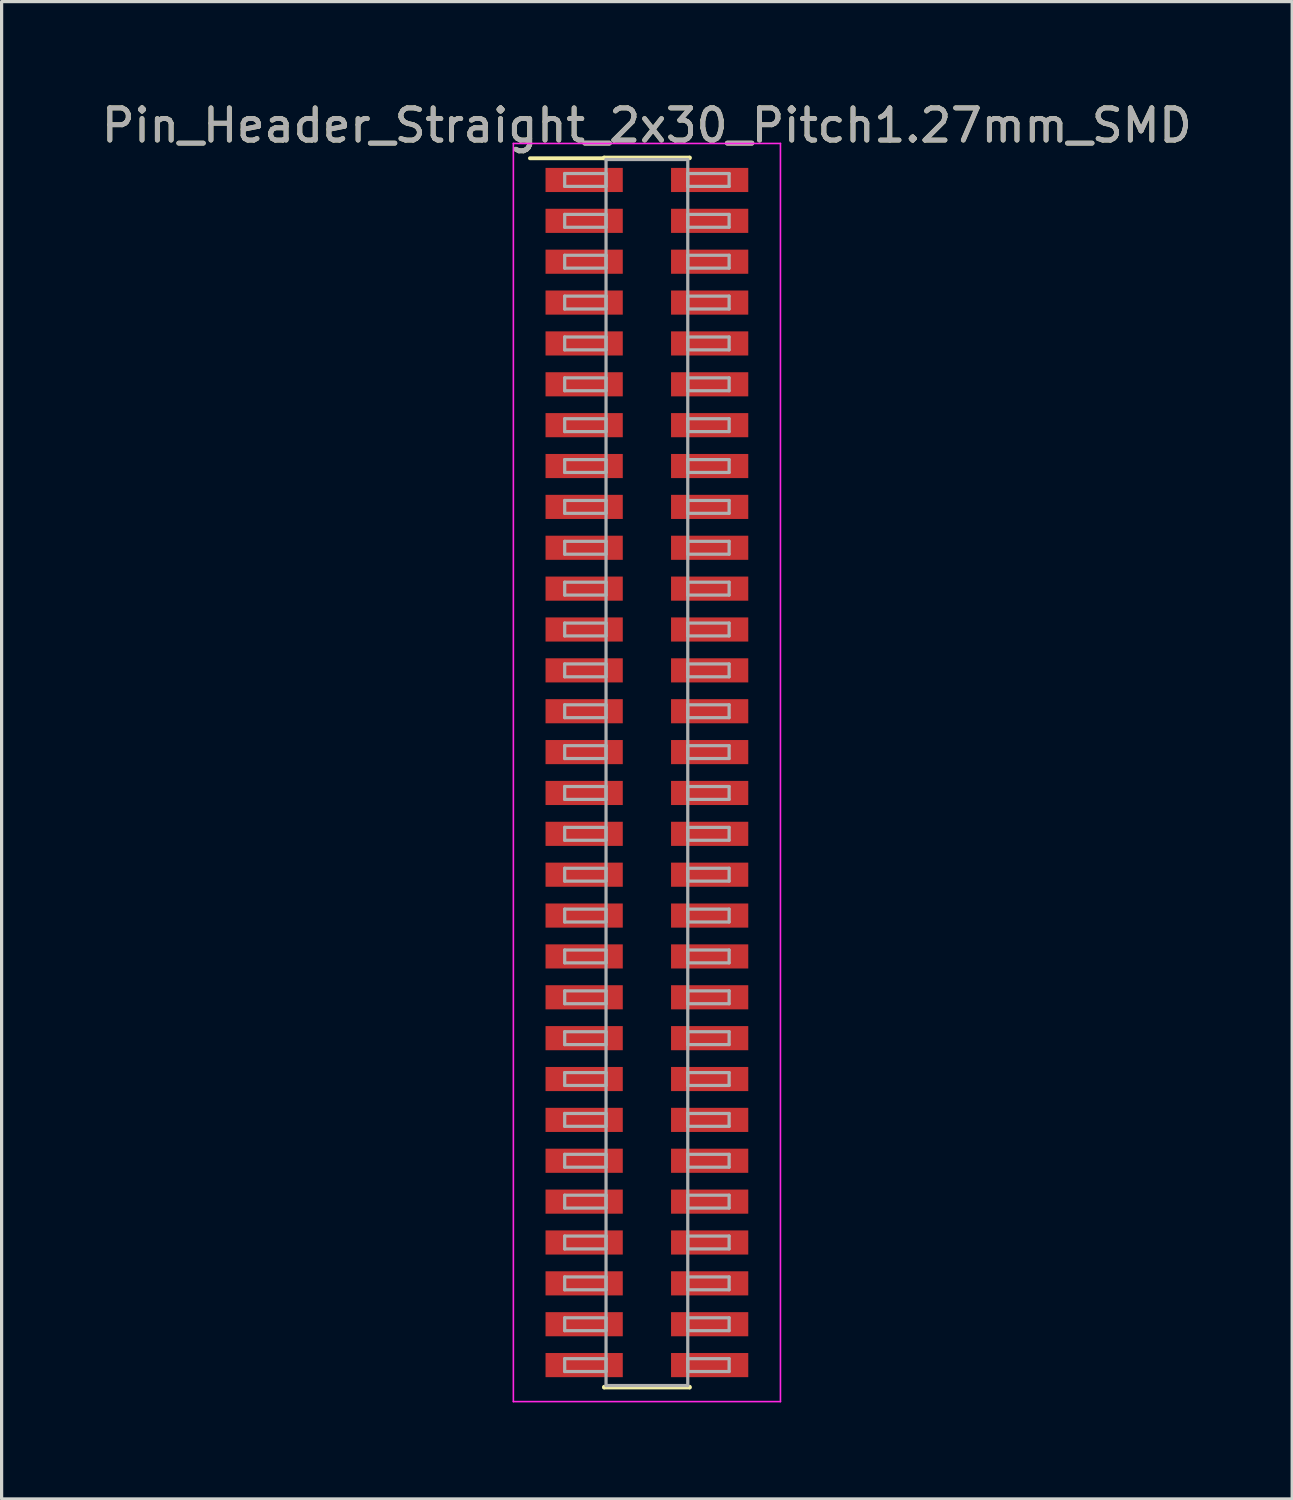
<source format=kicad_pcb>
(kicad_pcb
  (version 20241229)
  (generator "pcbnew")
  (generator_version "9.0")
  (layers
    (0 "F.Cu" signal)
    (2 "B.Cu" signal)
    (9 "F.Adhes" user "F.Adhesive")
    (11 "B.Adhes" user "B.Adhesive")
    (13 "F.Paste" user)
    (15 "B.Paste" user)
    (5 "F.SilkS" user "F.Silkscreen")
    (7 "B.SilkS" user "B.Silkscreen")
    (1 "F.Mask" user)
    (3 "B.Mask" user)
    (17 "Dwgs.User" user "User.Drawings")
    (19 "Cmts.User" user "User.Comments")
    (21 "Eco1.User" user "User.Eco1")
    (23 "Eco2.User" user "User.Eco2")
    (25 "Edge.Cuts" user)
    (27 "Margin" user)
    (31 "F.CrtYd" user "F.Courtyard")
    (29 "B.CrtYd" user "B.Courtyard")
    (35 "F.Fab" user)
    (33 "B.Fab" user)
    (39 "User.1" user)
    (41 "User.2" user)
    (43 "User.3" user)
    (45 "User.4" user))
  (footprint "Pin_Header_Straight_2x30_Pitch1.27mm_SMD"
    (layer "F.Cu")
    (at 17.054 20.958)
    (property "Reference" "Pin_Header_Straight_2x30_Pitch1.27mm_SMD" (at 0 -20.11 0) (layer "F.SilkS") (effects (font (size 1 1) (thickness 0.15))))
    (attr smd)
    (fp_line (start -3.635 -19.09) (end -1.33 -19.09) (stroke (width 0.12) (type solid)) (layer "F.SilkS"))
    (fp_line (start -1.33 -19.11) (end 1.33 -19.11) (stroke (width 0.12) (type solid)) (layer "F.SilkS"))
    (fp_line (start -1.33 -19.09) (end -1.33 -19.11) (stroke (width 0.12) (type solid)) (layer "F.SilkS"))
    (fp_line (start -1.33 19.09) (end -1.33 19.11) (stroke (width 0.12) (type solid)) (layer "F.SilkS"))
    (fp_line (start -1.33 19.11) (end 1.33 19.11) (stroke (width 0.12) (type solid)) (layer "F.SilkS"))
    (fp_line (start 1.33 -19.11) (end 1.33 -19.09) (stroke (width 0.12) (type solid)) (layer "F.SilkS"))
    (fp_line (start 1.33 19.11) (end 1.33 19.09) (stroke (width 0.12) (type solid)) (layer "F.SilkS"))
    (fp_line (start -4.15 -19.55) (end -4.15 19.55) (stroke (width 0.05) (type solid)) (layer "F.CrtYd"))
    (fp_line (start -4.15 19.55) (end 4.15 19.55) (stroke (width 0.05) (type solid)) (layer "F.CrtYd"))
    (fp_line (start 4.15 -19.55) (end -4.15 -19.55) (stroke (width 0.05) (type solid)) (layer "F.CrtYd"))
    (fp_line (start 4.15 19.55) (end 4.15 -19.55) (stroke (width 0.05) (type solid)) (layer "F.CrtYd"))
    (fp_line (start -2.555 -18.615) (end -1.27 -18.615) (stroke (width 0.1) (type solid)) (layer "F.Fab"))
    (fp_line (start -2.555 -18.215) (end -2.555 -18.615) (stroke (width 0.1) (type solid)) (layer "F.Fab"))
    (fp_line (start -2.555 -17.345) (end -1.27 -17.345) (stroke (width 0.1) (type solid)) (layer "F.Fab"))
    (fp_line (start -2.555 -16.945) (end -2.555 -17.345) (stroke (width 0.1) (type solid)) (layer "F.Fab"))
    (fp_line (start -2.555 -16.075) (end -1.27 -16.075) (stroke (width 0.1) (type solid)) (layer "F.Fab"))
    (fp_line (start -2.555 -15.675) (end -2.555 -16.075) (stroke (width 0.1) (type solid)) (layer "F.Fab"))
    (fp_line (start -2.555 -14.805) (end -1.27 -14.805) (stroke (width 0.1) (type solid)) (layer "F.Fab"))
    (fp_line (start -2.555 -14.405) (end -2.555 -14.805) (stroke (width 0.1) (type solid)) (layer "F.Fab"))
    (fp_line (start -2.555 -13.535) (end -1.27 -13.535) (stroke (width 0.1) (type solid)) (layer "F.Fab"))
    (fp_line (start -2.555 -13.135) (end -2.555 -13.535) (stroke (width 0.1) (type solid)) (layer "F.Fab"))
    (fp_line (start -2.555 -12.265) (end -1.27 -12.265) (stroke (width 0.1) (type solid)) (layer "F.Fab"))
    (fp_line (start -2.555 -11.865) (end -2.555 -12.265) (stroke (width 0.1) (type solid)) (layer "F.Fab"))
    (fp_line (start -2.555 -10.995) (end -1.27 -10.995) (stroke (width 0.1) (type solid)) (layer "F.Fab"))
    (fp_line (start -2.555 -10.595) (end -2.555 -10.995) (stroke (width 0.1) (type solid)) (layer "F.Fab"))
    (fp_line (start -2.555 -9.725) (end -1.27 -9.725) (stroke (width 0.1) (type solid)) (layer "F.Fab"))
    (fp_line (start -2.555 -9.325) (end -2.555 -9.725) (stroke (width 0.1) (type solid)) (layer "F.Fab"))
    (fp_line (start -2.555 -8.455) (end -1.27 -8.455) (stroke (width 0.1) (type solid)) (layer "F.Fab"))
    (fp_line (start -2.555 -8.055) (end -2.555 -8.455) (stroke (width 0.1) (type solid)) (layer "F.Fab"))
    (fp_line (start -2.555 -7.185) (end -1.27 -7.185) (stroke (width 0.1) (type solid)) (layer "F.Fab"))
    (fp_line (start -2.555 -6.785) (end -2.555 -7.185) (stroke (width 0.1) (type solid)) (layer "F.Fab"))
    (fp_line (start -2.555 -5.915) (end -1.27 -5.915) (stroke (width 0.1) (type solid)) (layer "F.Fab"))
    (fp_line (start -2.555 -5.515) (end -2.555 -5.915) (stroke (width 0.1) (type solid)) (layer "F.Fab"))
    (fp_line (start -2.555 -4.645) (end -1.27 -4.645) (stroke (width 0.1) (type solid)) (layer "F.Fab"))
    (fp_line (start -2.555 -4.245) (end -2.555 -4.645) (stroke (width 0.1) (type solid)) (layer "F.Fab"))
    (fp_line (start -2.555 -3.375) (end -1.27 -3.375) (stroke (width 0.1) (type solid)) (layer "F.Fab"))
    (fp_line (start -2.555 -2.975) (end -2.555 -3.375) (stroke (width 0.1) (type solid)) (layer "F.Fab"))
    (fp_line (start -2.555 -2.105) (end -1.27 -2.105) (stroke (width 0.1) (type solid)) (layer "F.Fab"))
    (fp_line (start -2.555 -1.705) (end -2.555 -2.105) (stroke (width 0.1) (type solid)) (layer "F.Fab"))
    (fp_line (start -2.555 -0.835) (end -1.27 -0.835) (stroke (width 0.1) (type solid)) (layer "F.Fab"))
    (fp_line (start -2.555 -0.435) (end -2.555 -0.835) (stroke (width 0.1) (type solid)) (layer "F.Fab"))
    (fp_line (start -2.555 0.435) (end -1.27 0.435) (stroke (width 0.1) (type solid)) (layer "F.Fab"))
    (fp_line (start -2.555 0.835) (end -2.555 0.435) (stroke (width 0.1) (type solid)) (layer "F.Fab"))
    (fp_line (start -2.555 1.705) (end -1.27 1.705) (stroke (width 0.1) (type solid)) (layer "F.Fab"))
    (fp_line (start -2.555 2.105) (end -2.555 1.705) (stroke (width 0.1) (type solid)) (layer "F.Fab"))
    (fp_line (start -2.555 2.975) (end -1.27 2.975) (stroke (width 0.1) (type solid)) (layer "F.Fab"))
    (fp_line (start -2.555 3.375) (end -2.555 2.975) (stroke (width 0.1) (type solid)) (layer "F.Fab"))
    (fp_line (start -2.555 4.245) (end -1.27 4.245) (stroke (width 0.1) (type solid)) (layer "F.Fab"))
    (fp_line (start -2.555 4.645) (end -2.555 4.245) (stroke (width 0.1) (type solid)) (layer "F.Fab"))
    (fp_line (start -2.555 5.515) (end -1.27 5.515) (stroke (width 0.1) (type solid)) (layer "F.Fab"))
    (fp_line (start -2.555 5.915) (end -2.555 5.515) (stroke (width 0.1) (type solid)) (layer "F.Fab"))
    (fp_line (start -2.555 6.785) (end -1.27 6.785) (stroke (width 0.1) (type solid)) (layer "F.Fab"))
    (fp_line (start -2.555 7.185) (end -2.555 6.785) (stroke (width 0.1) (type solid)) (layer "F.Fab"))
    (fp_line (start -2.555 8.055) (end -1.27 8.055) (stroke (width 0.1) (type solid)) (layer "F.Fab"))
    (fp_line (start -2.555 8.455) (end -2.555 8.055) (stroke (width 0.1) (type solid)) (layer "F.Fab"))
    (fp_line (start -2.555 9.325) (end -1.27 9.325) (stroke (width 0.1) (type solid)) (layer "F.Fab"))
    (fp_line (start -2.555 9.725) (end -2.555 9.325) (stroke (width 0.1) (type solid)) (layer "F.Fab"))
    (fp_line (start -2.555 10.595) (end -1.27 10.595) (stroke (width 0.1) (type solid)) (layer "F.Fab"))
    (fp_line (start -2.555 10.995) (end -2.555 10.595) (stroke (width 0.1) (type solid)) (layer "F.Fab"))
    (fp_line (start -2.555 11.865) (end -1.27 11.865) (stroke (width 0.1) (type solid)) (layer "F.Fab"))
    (fp_line (start -2.555 12.265) (end -2.555 11.865) (stroke (width 0.1) (type solid)) (layer "F.Fab"))
    (fp_line (start -2.555 13.135) (end -1.27 13.135) (stroke (width 0.1) (type solid)) (layer "F.Fab"))
    (fp_line (start -2.555 13.535) (end -2.555 13.135) (stroke (width 0.1) (type solid)) (layer "F.Fab"))
    (fp_line (start -2.555 14.405) (end -1.27 14.405) (stroke (width 0.1) (type solid)) (layer "F.Fab"))
    (fp_line (start -2.555 14.805) (end -2.555 14.405) (stroke (width 0.1) (type solid)) (layer "F.Fab"))
    (fp_line (start -2.555 15.675) (end -1.27 15.675) (stroke (width 0.1) (type solid)) (layer "F.Fab"))
    (fp_line (start -2.555 16.075) (end -2.555 15.675) (stroke (width 0.1) (type solid)) (layer "F.Fab"))
    (fp_line (start -2.555 16.945) (end -1.27 16.945) (stroke (width 0.1) (type solid)) (layer "F.Fab"))
    (fp_line (start -2.555 17.345) (end -2.555 16.945) (stroke (width 0.1) (type solid)) (layer "F.Fab"))
    (fp_line (start -2.555 18.215) (end -1.27 18.215) (stroke (width 0.1) (type solid)) (layer "F.Fab"))
    (fp_line (start -2.555 18.615) (end -2.555 18.215) (stroke (width 0.1) (type solid)) (layer "F.Fab"))
    (fp_line (start -1.27 -19.05) (end -1.27 19.05) (stroke (width 0.1) (type solid)) (layer "F.Fab"))
    (fp_line (start -1.27 -18.615) (end -1.27 -18.215) (stroke (width 0.1) (type solid)) (layer "F.Fab"))
    (fp_line (start -1.27 -18.215) (end -2.555 -18.215) (stroke (width 0.1) (type solid)) (layer "F.Fab"))
    (fp_line (start -1.27 -17.345) (end -1.27 -16.945) (stroke (width 0.1) (type solid)) (layer "F.Fab"))
    (fp_line (start -1.27 -16.945) (end -2.555 -16.945) (stroke (width 0.1) (type solid)) (layer "F.Fab"))
    (fp_line (start -1.27 -16.075) (end -1.27 -15.675) (stroke (width 0.1) (type solid)) (layer "F.Fab"))
    (fp_line (start -1.27 -15.675) (end -2.555 -15.675) (stroke (width 0.1) (type solid)) (layer "F.Fab"))
    (fp_line (start -1.27 -14.805) (end -1.27 -14.405) (stroke (width 0.1) (type solid)) (layer "F.Fab"))
    (fp_line (start -1.27 -14.405) (end -2.555 -14.405) (stroke (width 0.1) (type solid)) (layer "F.Fab"))
    (fp_line (start -1.27 -13.535) (end -1.27 -13.135) (stroke (width 0.1) (type solid)) (layer "F.Fab"))
    (fp_line (start -1.27 -13.135) (end -2.555 -13.135) (stroke (width 0.1) (type solid)) (layer "F.Fab"))
    (fp_line (start -1.27 -12.265) (end -1.27 -11.865) (stroke (width 0.1) (type solid)) (layer "F.Fab"))
    (fp_line (start -1.27 -11.865) (end -2.555 -11.865) (stroke (width 0.1) (type solid)) (layer "F.Fab"))
    (fp_line (start -1.27 -10.995) (end -1.27 -10.595) (stroke (width 0.1) (type solid)) (layer "F.Fab"))
    (fp_line (start -1.27 -10.595) (end -2.555 -10.595) (stroke (width 0.1) (type solid)) (layer "F.Fab"))
    (fp_line (start -1.27 -9.725) (end -1.27 -9.325) (stroke (width 0.1) (type solid)) (layer "F.Fab"))
    (fp_line (start -1.27 -9.325) (end -2.555 -9.325) (stroke (width 0.1) (type solid)) (layer "F.Fab"))
    (fp_line (start -1.27 -8.455) (end -1.27 -8.055) (stroke (width 0.1) (type solid)) (layer "F.Fab"))
    (fp_line (start -1.27 -8.055) (end -2.555 -8.055) (stroke (width 0.1) (type solid)) (layer "F.Fab"))
    (fp_line (start -1.27 -7.185) (end -1.27 -6.785) (stroke (width 0.1) (type solid)) (layer "F.Fab"))
    (fp_line (start -1.27 -6.785) (end -2.555 -6.785) (stroke (width 0.1) (type solid)) (layer "F.Fab"))
    (fp_line (start -1.27 -5.915) (end -1.27 -5.515) (stroke (width 0.1) (type solid)) (layer "F.Fab"))
    (fp_line (start -1.27 -5.515) (end -2.555 -5.515) (stroke (width 0.1) (type solid)) (layer "F.Fab"))
    (fp_line (start -1.27 -4.645) (end -1.27 -4.245) (stroke (width 0.1) (type solid)) (layer "F.Fab"))
    (fp_line (start -1.27 -4.245) (end -2.555 -4.245) (stroke (width 0.1) (type solid)) (layer "F.Fab"))
    (fp_line (start -1.27 -3.375) (end -1.27 -2.975) (stroke (width 0.1) (type solid)) (layer "F.Fab"))
    (fp_line (start -1.27 -2.975) (end -2.555 -2.975) (stroke (width 0.1) (type solid)) (layer "F.Fab"))
    (fp_line (start -1.27 -2.105) (end -1.27 -1.705) (stroke (width 0.1) (type solid)) (layer "F.Fab"))
    (fp_line (start -1.27 -1.705) (end -2.555 -1.705) (stroke (width 0.1) (type solid)) (layer "F.Fab"))
    (fp_line (start -1.27 -0.835) (end -1.27 -0.435) (stroke (width 0.1) (type solid)) (layer "F.Fab"))
    (fp_line (start -1.27 -0.435) (end -2.555 -0.435) (stroke (width 0.1) (type solid)) (layer "F.Fab"))
    (fp_line (start -1.27 0.435) (end -1.27 0.835) (stroke (width 0.1) (type solid)) (layer "F.Fab"))
    (fp_line (start -1.27 0.835) (end -2.555 0.835) (stroke (width 0.1) (type solid)) (layer "F.Fab"))
    (fp_line (start -1.27 1.705) (end -1.27 2.105) (stroke (width 0.1) (type solid)) (layer "F.Fab"))
    (fp_line (start -1.27 2.105) (end -2.555 2.105) (stroke (width 0.1) (type solid)) (layer "F.Fab"))
    (fp_line (start -1.27 2.975) (end -1.27 3.375) (stroke (width 0.1) (type solid)) (layer "F.Fab"))
    (fp_line (start -1.27 3.375) (end -2.555 3.375) (stroke (width 0.1) (type solid)) (layer "F.Fab"))
    (fp_line (start -1.27 4.245) (end -1.27 4.645) (stroke (width 0.1) (type solid)) (layer "F.Fab"))
    (fp_line (start -1.27 4.645) (end -2.555 4.645) (stroke (width 0.1) (type solid)) (layer "F.Fab"))
    (fp_line (start -1.27 5.515) (end -1.27 5.915) (stroke (width 0.1) (type solid)) (layer "F.Fab"))
    (fp_line (start -1.27 5.915) (end -2.555 5.915) (stroke (width 0.1) (type solid)) (layer "F.Fab"))
    (fp_line (start -1.27 6.785) (end -1.27 7.185) (stroke (width 0.1) (type solid)) (layer "F.Fab"))
    (fp_line (start -1.27 7.185) (end -2.555 7.185) (stroke (width 0.1) (type solid)) (layer "F.Fab"))
    (fp_line (start -1.27 8.055) (end -1.27 8.455) (stroke (width 0.1) (type solid)) (layer "F.Fab"))
    (fp_line (start -1.27 8.455) (end -2.555 8.455) (stroke (width 0.1) (type solid)) (layer "F.Fab"))
    (fp_line (start -1.27 9.325) (end -1.27 9.725) (stroke (width 0.1) (type solid)) (layer "F.Fab"))
    (fp_line (start -1.27 9.725) (end -2.555 9.725) (stroke (width 0.1) (type solid)) (layer "F.Fab"))
    (fp_line (start -1.27 10.595) (end -1.27 10.995) (stroke (width 0.1) (type solid)) (layer "F.Fab"))
    (fp_line (start -1.27 10.995) (end -2.555 10.995) (stroke (width 0.1) (type solid)) (layer "F.Fab"))
    (fp_line (start -1.27 11.865) (end -1.27 12.265) (stroke (width 0.1) (type solid)) (layer "F.Fab"))
    (fp_line (start -1.27 12.265) (end -2.555 12.265) (stroke (width 0.1) (type solid)) (layer "F.Fab"))
    (fp_line (start -1.27 13.135) (end -1.27 13.535) (stroke (width 0.1) (type solid)) (layer "F.Fab"))
    (fp_line (start -1.27 13.535) (end -2.555 13.535) (stroke (width 0.1) (type solid)) (layer "F.Fab"))
    (fp_line (start -1.27 14.405) (end -1.27 14.805) (stroke (width 0.1) (type solid)) (layer "F.Fab"))
    (fp_line (start -1.27 14.805) (end -2.555 14.805) (stroke (width 0.1) (type solid)) (layer "F.Fab"))
    (fp_line (start -1.27 15.675) (end -1.27 16.075) (stroke (width 0.1) (type solid)) (layer "F.Fab"))
    (fp_line (start -1.27 16.075) (end -2.555 16.075) (stroke (width 0.1) (type solid)) (layer "F.Fab"))
    (fp_line (start -1.27 16.945) (end -1.27 17.345) (stroke (width 0.1) (type solid)) (layer "F.Fab"))
    (fp_line (start -1.27 17.345) (end -2.555 17.345) (stroke (width 0.1) (type solid)) (layer "F.Fab"))
    (fp_line (start -1.27 18.215) (end -1.27 18.615) (stroke (width 0.1) (type solid)) (layer "F.Fab"))
    (fp_line (start -1.27 18.615) (end -2.555 18.615) (stroke (width 0.1) (type solid)) (layer "F.Fab"))
    (fp_line (start -1.27 19.05) (end 1.27 19.05) (stroke (width 0.1) (type solid)) (layer "F.Fab"))
    (fp_line (start 1.27 -19.05) (end -1.27 -19.05) (stroke (width 0.1) (type solid)) (layer "F.Fab"))
    (fp_line (start 1.27 -18.615) (end 1.27 -18.215) (stroke (width 0.1) (type solid)) (layer "F.Fab"))
    (fp_line (start 1.27 -18.215) (end 2.555 -18.215) (stroke (width 0.1) (type solid)) (layer "F.Fab"))
    (fp_line (start 1.27 -17.345) (end 1.27 -16.945) (stroke (width 0.1) (type solid)) (layer "F.Fab"))
    (fp_line (start 1.27 -16.945) (end 2.555 -16.945) (stroke (width 0.1) (type solid)) (layer "F.Fab"))
    (fp_line (start 1.27 -16.075) (end 1.27 -15.675) (stroke (width 0.1) (type solid)) (layer "F.Fab"))
    (fp_line (start 1.27 -15.675) (end 2.555 -15.675) (stroke (width 0.1) (type solid)) (layer "F.Fab"))
    (fp_line (start 1.27 -14.805) (end 1.27 -14.405) (stroke (width 0.1) (type solid)) (layer "F.Fab"))
    (fp_line (start 1.27 -14.405) (end 2.555 -14.405) (stroke (width 0.1) (type solid)) (layer "F.Fab"))
    (fp_line (start 1.27 -13.535) (end 1.27 -13.135) (stroke (width 0.1) (type solid)) (layer "F.Fab"))
    (fp_line (start 1.27 -13.135) (end 2.555 -13.135) (stroke (width 0.1) (type solid)) (layer "F.Fab"))
    (fp_line (start 1.27 -12.265) (end 1.27 -11.865) (stroke (width 0.1) (type solid)) (layer "F.Fab"))
    (fp_line (start 1.27 -11.865) (end 2.555 -11.865) (stroke (width 0.1) (type solid)) (layer "F.Fab"))
    (fp_line (start 1.27 -10.995) (end 1.27 -10.595) (stroke (width 0.1) (type solid)) (layer "F.Fab"))
    (fp_line (start 1.27 -10.595) (end 2.555 -10.595) (stroke (width 0.1) (type solid)) (layer "F.Fab"))
    (fp_line (start 1.27 -9.725) (end 1.27 -9.325) (stroke (width 0.1) (type solid)) (layer "F.Fab"))
    (fp_line (start 1.27 -9.325) (end 2.555 -9.325) (stroke (width 0.1) (type solid)) (layer "F.Fab"))
    (fp_line (start 1.27 -8.455) (end 1.27 -8.055) (stroke (width 0.1) (type solid)) (layer "F.Fab"))
    (fp_line (start 1.27 -8.055) (end 2.555 -8.055) (stroke (width 0.1) (type solid)) (layer "F.Fab"))
    (fp_line (start 1.27 -7.185) (end 1.27 -6.785) (stroke (width 0.1) (type solid)) (layer "F.Fab"))
    (fp_line (start 1.27 -6.785) (end 2.555 -6.785) (stroke (width 0.1) (type solid)) (layer "F.Fab"))
    (fp_line (start 1.27 -5.915) (end 1.27 -5.515) (stroke (width 0.1) (type solid)) (layer "F.Fab"))
    (fp_line (start 1.27 -5.515) (end 2.555 -5.515) (stroke (width 0.1) (type solid)) (layer "F.Fab"))
    (fp_line (start 1.27 -4.645) (end 1.27 -4.245) (stroke (width 0.1) (type solid)) (layer "F.Fab"))
    (fp_line (start 1.27 -4.245) (end 2.555 -4.245) (stroke (width 0.1) (type solid)) (layer "F.Fab"))
    (fp_line (start 1.27 -3.375) (end 1.27 -2.975) (stroke (width 0.1) (type solid)) (layer "F.Fab"))
    (fp_line (start 1.27 -2.975) (end 2.555 -2.975) (stroke (width 0.1) (type solid)) (layer "F.Fab"))
    (fp_line (start 1.27 -2.105) (end 1.27 -1.705) (stroke (width 0.1) (type solid)) (layer "F.Fab"))
    (fp_line (start 1.27 -1.705) (end 2.555 -1.705) (stroke (width 0.1) (type solid)) (layer "F.Fab"))
    (fp_line (start 1.27 -0.835) (end 1.27 -0.435) (stroke (width 0.1) (type solid)) (layer "F.Fab"))
    (fp_line (start 1.27 -0.435) (end 2.555 -0.435) (stroke (width 0.1) (type solid)) (layer "F.Fab"))
    (fp_line (start 1.27 0.435) (end 1.27 0.835) (stroke (width 0.1) (type solid)) (layer "F.Fab"))
    (fp_line (start 1.27 0.835) (end 2.555 0.835) (stroke (width 0.1) (type solid)) (layer "F.Fab"))
    (fp_line (start 1.27 1.705) (end 1.27 2.105) (stroke (width 0.1) (type solid)) (layer "F.Fab"))
    (fp_line (start 1.27 2.105) (end 2.555 2.105) (stroke (width 0.1) (type solid)) (layer "F.Fab"))
    (fp_line (start 1.27 2.975) (end 1.27 3.375) (stroke (width 0.1) (type solid)) (layer "F.Fab"))
    (fp_line (start 1.27 3.375) (end 2.555 3.375) (stroke (width 0.1) (type solid)) (layer "F.Fab"))
    (fp_line (start 1.27 4.245) (end 1.27 4.645) (stroke (width 0.1) (type solid)) (layer "F.Fab"))
    (fp_line (start 1.27 4.645) (end 2.555 4.645) (stroke (width 0.1) (type solid)) (layer "F.Fab"))
    (fp_line (start 1.27 5.515) (end 1.27 5.915) (stroke (width 0.1) (type solid)) (layer "F.Fab"))
    (fp_line (start 1.27 5.915) (end 2.555 5.915) (stroke (width 0.1) (type solid)) (layer "F.Fab"))
    (fp_line (start 1.27 6.785) (end 1.27 7.185) (stroke (width 0.1) (type solid)) (layer "F.Fab"))
    (fp_line (start 1.27 7.185) (end 2.555 7.185) (stroke (width 0.1) (type solid)) (layer "F.Fab"))
    (fp_line (start 1.27 8.055) (end 1.27 8.455) (stroke (width 0.1) (type solid)) (layer "F.Fab"))
    (fp_line (start 1.27 8.455) (end 2.555 8.455) (stroke (width 0.1) (type solid)) (layer "F.Fab"))
    (fp_line (start 1.27 9.325) (end 1.27 9.725) (stroke (width 0.1) (type solid)) (layer "F.Fab"))
    (fp_line (start 1.27 9.725) (end 2.555 9.725) (stroke (width 0.1) (type solid)) (layer "F.Fab"))
    (fp_line (start 1.27 10.595) (end 1.27 10.995) (stroke (width 0.1) (type solid)) (layer "F.Fab"))
    (fp_line (start 1.27 10.995) (end 2.555 10.995) (stroke (width 0.1) (type solid)) (layer "F.Fab"))
    (fp_line (start 1.27 11.865) (end 1.27 12.265) (stroke (width 0.1) (type solid)) (layer "F.Fab"))
    (fp_line (start 1.27 12.265) (end 2.555 12.265) (stroke (width 0.1) (type solid)) (layer "F.Fab"))
    (fp_line (start 1.27 13.135) (end 1.27 13.535) (stroke (width 0.1) (type solid)) (layer "F.Fab"))
    (fp_line (start 1.27 13.535) (end 2.555 13.535) (stroke (width 0.1) (type solid)) (layer "F.Fab"))
    (fp_line (start 1.27 14.405) (end 1.27 14.805) (stroke (width 0.1) (type solid)) (layer "F.Fab"))
    (fp_line (start 1.27 14.805) (end 2.555 14.805) (stroke (width 0.1) (type solid)) (layer "F.Fab"))
    (fp_line (start 1.27 15.675) (end 1.27 16.075) (stroke (width 0.1) (type solid)) (layer "F.Fab"))
    (fp_line (start 1.27 16.075) (end 2.555 16.075) (stroke (width 0.1) (type solid)) (layer "F.Fab"))
    (fp_line (start 1.27 16.945) (end 1.27 17.345) (stroke (width 0.1) (type solid)) (layer "F.Fab"))
    (fp_line (start 1.27 17.345) (end 2.555 17.345) (stroke (width 0.1) (type solid)) (layer "F.Fab"))
    (fp_line (start 1.27 18.215) (end 1.27 18.615) (stroke (width 0.1) (type solid)) (layer "F.Fab"))
    (fp_line (start 1.27 18.615) (end 2.555 18.615) (stroke (width 0.1) (type solid)) (layer "F.Fab"))
    (fp_line (start 1.27 19.05) (end 1.27 -19.05) (stroke (width 0.1) (type solid)) (layer "F.Fab"))
    (fp_line (start 2.555 -18.615) (end 1.27 -18.615) (stroke (width 0.1) (type solid)) (layer "F.Fab"))
    (fp_line (start 2.555 -18.215) (end 2.555 -18.615) (stroke (width 0.1) (type solid)) (layer "F.Fab"))
    (fp_line (start 2.555 -17.345) (end 1.27 -17.345) (stroke (width 0.1) (type solid)) (layer "F.Fab"))
    (fp_line (start 2.555 -16.945) (end 2.555 -17.345) (stroke (width 0.1) (type solid)) (layer "F.Fab"))
    (fp_line (start 2.555 -16.075) (end 1.27 -16.075) (stroke (width 0.1) (type solid)) (layer "F.Fab"))
    (fp_line (start 2.555 -15.675) (end 2.555 -16.075) (stroke (width 0.1) (type solid)) (layer "F.Fab"))
    (fp_line (start 2.555 -14.805) (end 1.27 -14.805) (stroke (width 0.1) (type solid)) (layer "F.Fab"))
    (fp_line (start 2.555 -14.405) (end 2.555 -14.805) (stroke (width 0.1) (type solid)) (layer "F.Fab"))
    (fp_line (start 2.555 -13.535) (end 1.27 -13.535) (stroke (width 0.1) (type solid)) (layer "F.Fab"))
    (fp_line (start 2.555 -13.135) (end 2.555 -13.535) (stroke (width 0.1) (type solid)) (layer "F.Fab"))
    (fp_line (start 2.555 -12.265) (end 1.27 -12.265) (stroke (width 0.1) (type solid)) (layer "F.Fab"))
    (fp_line (start 2.555 -11.865) (end 2.555 -12.265) (stroke (width 0.1) (type solid)) (layer "F.Fab"))
    (fp_line (start 2.555 -10.995) (end 1.27 -10.995) (stroke (width 0.1) (type solid)) (layer "F.Fab"))
    (fp_line (start 2.555 -10.595) (end 2.555 -10.995) (stroke (width 0.1) (type solid)) (layer "F.Fab"))
    (fp_line (start 2.555 -9.725) (end 1.27 -9.725) (stroke (width 0.1) (type solid)) (layer "F.Fab"))
    (fp_line (start 2.555 -9.325) (end 2.555 -9.725) (stroke (width 0.1) (type solid)) (layer "F.Fab"))
    (fp_line (start 2.555 -8.455) (end 1.27 -8.455) (stroke (width 0.1) (type solid)) (layer "F.Fab"))
    (fp_line (start 2.555 -8.055) (end 2.555 -8.455) (stroke (width 0.1) (type solid)) (layer "F.Fab"))
    (fp_line (start 2.555 -7.185) (end 1.27 -7.185) (stroke (width 0.1) (type solid)) (layer "F.Fab"))
    (fp_line (start 2.555 -6.785) (end 2.555 -7.185) (stroke (width 0.1) (type solid)) (layer "F.Fab"))
    (fp_line (start 2.555 -5.915) (end 1.27 -5.915) (stroke (width 0.1) (type solid)) (layer "F.Fab"))
    (fp_line (start 2.555 -5.515) (end 2.555 -5.915) (stroke (width 0.1) (type solid)) (layer "F.Fab"))
    (fp_line (start 2.555 -4.645) (end 1.27 -4.645) (stroke (width 0.1) (type solid)) (layer "F.Fab"))
    (fp_line (start 2.555 -4.245) (end 2.555 -4.645) (stroke (width 0.1) (type solid)) (layer "F.Fab"))
    (fp_line (start 2.555 -3.375) (end 1.27 -3.375) (stroke (width 0.1) (type solid)) (layer "F.Fab"))
    (fp_line (start 2.555 -2.975) (end 2.555 -3.375) (stroke (width 0.1) (type solid)) (layer "F.Fab"))
    (fp_line (start 2.555 -2.105) (end 1.27 -2.105) (stroke (width 0.1) (type solid)) (layer "F.Fab"))
    (fp_line (start 2.555 -1.705) (end 2.555 -2.105) (stroke (width 0.1) (type solid)) (layer "F.Fab"))
    (fp_line (start 2.555 -0.835) (end 1.27 -0.835) (stroke (width 0.1) (type solid)) (layer "F.Fab"))
    (fp_line (start 2.555 -0.435) (end 2.555 -0.835) (stroke (width 0.1) (type solid)) (layer "F.Fab"))
    (fp_line (start 2.555 0.435) (end 1.27 0.435) (stroke (width 0.1) (type solid)) (layer "F.Fab"))
    (fp_line (start 2.555 0.835) (end 2.555 0.435) (stroke (width 0.1) (type solid)) (layer "F.Fab"))
    (fp_line (start 2.555 1.705) (end 1.27 1.705) (stroke (width 0.1) (type solid)) (layer "F.Fab"))
    (fp_line (start 2.555 2.105) (end 2.555 1.705) (stroke (width 0.1) (type solid)) (layer "F.Fab"))
    (fp_line (start 2.555 2.975) (end 1.27 2.975) (stroke (width 0.1) (type solid)) (layer "F.Fab"))
    (fp_line (start 2.555 3.375) (end 2.555 2.975) (stroke (width 0.1) (type solid)) (layer "F.Fab"))
    (fp_line (start 2.555 4.245) (end 1.27 4.245) (stroke (width 0.1) (type solid)) (layer "F.Fab"))
    (fp_line (start 2.555 4.645) (end 2.555 4.245) (stroke (width 0.1) (type solid)) (layer "F.Fab"))
    (fp_line (start 2.555 5.515) (end 1.27 5.515) (stroke (width 0.1) (type solid)) (layer "F.Fab"))
    (fp_line (start 2.555 5.915) (end 2.555 5.515) (stroke (width 0.1) (type solid)) (layer "F.Fab"))
    (fp_line (start 2.555 6.785) (end 1.27 6.785) (stroke (width 0.1) (type solid)) (layer "F.Fab"))
    (fp_line (start 2.555 7.185) (end 2.555 6.785) (stroke (width 0.1) (type solid)) (layer "F.Fab"))
    (fp_line (start 2.555 8.055) (end 1.27 8.055) (stroke (width 0.1) (type solid)) (layer "F.Fab"))
    (fp_line (start 2.555 8.455) (end 2.555 8.055) (stroke (width 0.1) (type solid)) (layer "F.Fab"))
    (fp_line (start 2.555 9.325) (end 1.27 9.325) (stroke (width 0.1) (type solid)) (layer "F.Fab"))
    (fp_line (start 2.555 9.725) (end 2.555 9.325) (stroke (width 0.1) (type solid)) (layer "F.Fab"))
    (fp_line (start 2.555 10.595) (end 1.27 10.595) (stroke (width 0.1) (type solid)) (layer "F.Fab"))
    (fp_line (start 2.555 10.995) (end 2.555 10.595) (stroke (width 0.1) (type solid)) (layer "F.Fab"))
    (fp_line (start 2.555 11.865) (end 1.27 11.865) (stroke (width 0.1) (type solid)) (layer "F.Fab"))
    (fp_line (start 2.555 12.265) (end 2.555 11.865) (stroke (width 0.1) (type solid)) (layer "F.Fab"))
    (fp_line (start 2.555 13.135) (end 1.27 13.135) (stroke (width 0.1) (type solid)) (layer "F.Fab"))
    (fp_line (start 2.555 13.535) (end 2.555 13.135) (stroke (width 0.1) (type solid)) (layer "F.Fab"))
    (fp_line (start 2.555 14.405) (end 1.27 14.405) (stroke (width 0.1) (type solid)) (layer "F.Fab"))
    (fp_line (start 2.555 14.805) (end 2.555 14.405) (stroke (width 0.1) (type solid)) (layer "F.Fab"))
    (fp_line (start 2.555 15.675) (end 1.27 15.675) (stroke (width 0.1) (type solid)) (layer "F.Fab"))
    (fp_line (start 2.555 16.075) (end 2.555 15.675) (stroke (width 0.1) (type solid)) (layer "F.Fab"))
    (fp_line (start 2.555 16.945) (end 1.27 16.945) (stroke (width 0.1) (type solid)) (layer "F.Fab"))
    (fp_line (start 2.555 17.345) (end 2.555 16.945) (stroke (width 0.1) (type solid)) (layer "F.Fab"))
    (fp_line (start 2.555 18.215) (end 1.27 18.215) (stroke (width 0.1) (type solid)) (layer "F.Fab"))
    (fp_line (start 2.555 18.615) (end 2.555 18.215) (stroke (width 0.1) (type solid)) (layer "F.Fab"))
    (fp_text user "${REFERENCE}" (at 0 -20.11 0) (layer "F.Fab") (effects (font (size 1 1) (thickness 0.15))))
    (pad "1" smd rect (at -1.95 -18.415) (size 2.4 0.75) (layers "F.Cu" "F.Mask" "F.Paste"))
    (pad "2" smd rect (at 1.95 -18.415) (size 2.4 0.75) (layers "F.Cu" "F.Mask" "F.Paste"))
    (pad "3" smd rect (at -1.95 -17.145) (size 2.4 0.75) (layers "F.Cu" "F.Mask" "F.Paste"))
    (pad "4" smd rect (at 1.95 -17.145) (size 2.4 0.75) (layers "F.Cu" "F.Mask" "F.Paste"))
    (pad "5" smd rect (at -1.95 -15.875) (size 2.4 0.75) (layers "F.Cu" "F.Mask" "F.Paste"))
    (pad "6" smd rect (at 1.95 -15.875) (size 2.4 0.75) (layers "F.Cu" "F.Mask" "F.Paste"))
    (pad "7" smd rect (at -1.95 -14.605) (size 2.4 0.75) (layers "F.Cu" "F.Mask" "F.Paste"))
    (pad "8" smd rect (at 1.95 -14.605) (size 2.4 0.75) (layers "F.Cu" "F.Mask" "F.Paste"))
    (pad "9" smd rect (at -1.95 -13.335) (size 2.4 0.75) (layers "F.Cu" "F.Mask" "F.Paste"))
    (pad "10" smd rect (at 1.95 -13.335) (size 2.4 0.75) (layers "F.Cu" "F.Mask" "F.Paste"))
    (pad "11" smd rect (at -1.95 -12.065) (size 2.4 0.75) (layers "F.Cu" "F.Mask" "F.Paste"))
    (pad "12" smd rect (at 1.95 -12.065) (size 2.4 0.75) (layers "F.Cu" "F.Mask" "F.Paste"))
    (pad "13" smd rect (at -1.95 -10.795) (size 2.4 0.75) (layers "F.Cu" "F.Mask" "F.Paste"))
    (pad "14" smd rect (at 1.95 -10.795) (size 2.4 0.75) (layers "F.Cu" "F.Mask" "F.Paste"))
    (pad "15" smd rect (at -1.95 -9.525) (size 2.4 0.75) (layers "F.Cu" "F.Mask" "F.Paste"))
    (pad "16" smd rect (at 1.95 -9.525) (size 2.4 0.75) (layers "F.Cu" "F.Mask" "F.Paste"))
    (pad "17" smd rect (at -1.95 -8.255) (size 2.4 0.75) (layers "F.Cu" "F.Mask" "F.Paste"))
    (pad "18" smd rect (at 1.95 -8.255) (size 2.4 0.75) (layers "F.Cu" "F.Mask" "F.Paste"))
    (pad "19" smd rect (at -1.95 -6.985) (size 2.4 0.75) (layers "F.Cu" "F.Mask" "F.Paste"))
    (pad "20" smd rect (at 1.95 -6.985) (size 2.4 0.75) (layers "F.Cu" "F.Mask" "F.Paste"))
    (pad "21" smd rect (at -1.95 -5.715) (size 2.4 0.75) (layers "F.Cu" "F.Mask" "F.Paste"))
    (pad "22" smd rect (at 1.95 -5.715) (size 2.4 0.75) (layers "F.Cu" "F.Mask" "F.Paste"))
    (pad "23" smd rect (at -1.95 -4.445) (size 2.4 0.75) (layers "F.Cu" "F.Mask" "F.Paste"))
    (pad "24" smd rect (at 1.95 -4.445) (size 2.4 0.75) (layers "F.Cu" "F.Mask" "F.Paste"))
    (pad "25" smd rect (at -1.95 -3.175) (size 2.4 0.75) (layers "F.Cu" "F.Mask" "F.Paste"))
    (pad "26" smd rect (at 1.95 -3.175) (size 2.4 0.75) (layers "F.Cu" "F.Mask" "F.Paste"))
    (pad "27" smd rect (at -1.95 -1.905) (size 2.4 0.75) (layers "F.Cu" "F.Mask" "F.Paste"))
    (pad "28" smd rect (at 1.95 -1.905) (size 2.4 0.75) (layers "F.Cu" "F.Mask" "F.Paste"))
    (pad "29" smd rect (at -1.95 -0.635) (size 2.4 0.75) (layers "F.Cu" "F.Mask" "F.Paste"))
    (pad "30" smd rect (at 1.95 -0.635) (size 2.4 0.75) (layers "F.Cu" "F.Mask" "F.Paste"))
    (pad "31" smd rect (at -1.95 0.635) (size 2.4 0.75) (layers "F.Cu" "F.Mask" "F.Paste"))
    (pad "32" smd rect (at 1.95 0.635) (size 2.4 0.75) (layers "F.Cu" "F.Mask" "F.Paste"))
    (pad "33" smd rect (at -1.95 1.905) (size 2.4 0.75) (layers "F.Cu" "F.Mask" "F.Paste"))
    (pad "34" smd rect (at 1.95 1.905) (size 2.4 0.75) (layers "F.Cu" "F.Mask" "F.Paste"))
    (pad "35" smd rect (at -1.95 3.175) (size 2.4 0.75) (layers "F.Cu" "F.Mask" "F.Paste"))
    (pad "36" smd rect (at 1.95 3.175) (size 2.4 0.75) (layers "F.Cu" "F.Mask" "F.Paste"))
    (pad "37" smd rect (at -1.95 4.445) (size 2.4 0.75) (layers "F.Cu" "F.Mask" "F.Paste"))
    (pad "38" smd rect (at 1.95 4.445) (size 2.4 0.75) (layers "F.Cu" "F.Mask" "F.Paste"))
    (pad "39" smd rect (at -1.95 5.715) (size 2.4 0.75) (layers "F.Cu" "F.Mask" "F.Paste"))
    (pad "40" smd rect (at 1.95 5.715) (size 2.4 0.75) (layers "F.Cu" "F.Mask" "F.Paste"))
    (pad "41" smd rect (at -1.95 6.985) (size 2.4 0.75) (layers "F.Cu" "F.Mask" "F.Paste"))
    (pad "42" smd rect (at 1.95 6.985) (size 2.4 0.75) (layers "F.Cu" "F.Mask" "F.Paste"))
    (pad "43" smd rect (at -1.95 8.255) (size 2.4 0.75) (layers "F.Cu" "F.Mask" "F.Paste"))
    (pad "44" smd rect (at 1.95 8.255) (size 2.4 0.75) (layers "F.Cu" "F.Mask" "F.Paste"))
    (pad "45" smd rect (at -1.95 9.525) (size 2.4 0.75) (layers "F.Cu" "F.Mask" "F.Paste"))
    (pad "46" smd rect (at 1.95 9.525) (size 2.4 0.75) (layers "F.Cu" "F.Mask" "F.Paste"))
    (pad "47" smd rect (at -1.95 10.795) (size 2.4 0.75) (layers "F.Cu" "F.Mask" "F.Paste"))
    (pad "48" smd rect (at 1.95 10.795) (size 2.4 0.75) (layers "F.Cu" "F.Mask" "F.Paste"))
    (pad "49" smd rect (at -1.95 12.065) (size 2.4 0.75) (layers "F.Cu" "F.Mask" "F.Paste"))
    (pad "50" smd rect (at 1.95 12.065) (size 2.4 0.75) (layers "F.Cu" "F.Mask" "F.Paste"))
    (pad "51" smd rect (at -1.95 13.335) (size 2.4 0.75) (layers "F.Cu" "F.Mask" "F.Paste"))
    (pad "52" smd rect (at 1.95 13.335) (size 2.4 0.75) (layers "F.Cu" "F.Mask" "F.Paste"))
    (pad "53" smd rect (at -1.95 14.605) (size 2.4 0.75) (layers "F.Cu" "F.Mask" "F.Paste"))
    (pad "54" smd rect (at 1.95 14.605) (size 2.4 0.75) (layers "F.Cu" "F.Mask" "F.Paste"))
    (pad "55" smd rect (at -1.95 15.875) (size 2.4 0.75) (layers "F.Cu" "F.Mask" "F.Paste"))
    (pad "56" smd rect (at 1.95 15.875) (size 2.4 0.75) (layers "F.Cu" "F.Mask" "F.Paste"))
    (pad "57" smd rect (at -1.95 17.145) (size 2.4 0.75) (layers "F.Cu" "F.Mask" "F.Paste"))
    (pad "58" smd rect (at 1.95 17.145) (size 2.4 0.75) (layers "F.Cu" "F.Mask" "F.Paste"))
    (pad "59" smd rect (at -1.95 18.415) (size 2.4 0.75) (layers "F.Cu" "F.Mask" "F.Paste"))
    (pad "60" smd rect (at 1.95 18.415) (size 2.4 0.75) (layers "F.Cu" "F.Mask" "F.Paste")))
  (gr_rect
    (start -3 -3)
    (end 37.107 43.533)
    (stroke (width 0.1) (type default))
    (fill no)
    (layer "Edge.Cuts")))
</source>
